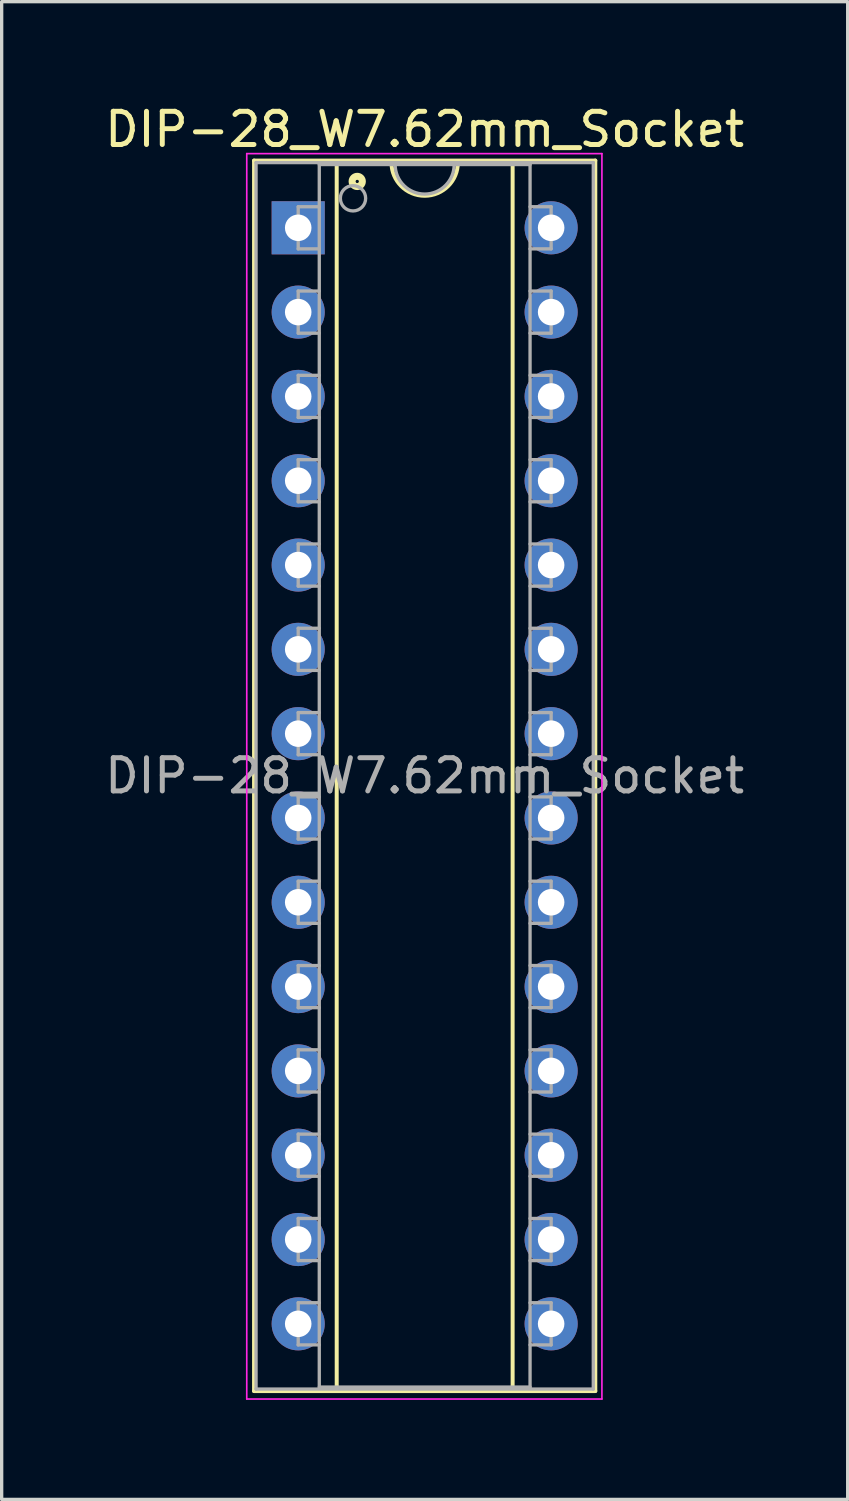
<source format=kicad_pcb>
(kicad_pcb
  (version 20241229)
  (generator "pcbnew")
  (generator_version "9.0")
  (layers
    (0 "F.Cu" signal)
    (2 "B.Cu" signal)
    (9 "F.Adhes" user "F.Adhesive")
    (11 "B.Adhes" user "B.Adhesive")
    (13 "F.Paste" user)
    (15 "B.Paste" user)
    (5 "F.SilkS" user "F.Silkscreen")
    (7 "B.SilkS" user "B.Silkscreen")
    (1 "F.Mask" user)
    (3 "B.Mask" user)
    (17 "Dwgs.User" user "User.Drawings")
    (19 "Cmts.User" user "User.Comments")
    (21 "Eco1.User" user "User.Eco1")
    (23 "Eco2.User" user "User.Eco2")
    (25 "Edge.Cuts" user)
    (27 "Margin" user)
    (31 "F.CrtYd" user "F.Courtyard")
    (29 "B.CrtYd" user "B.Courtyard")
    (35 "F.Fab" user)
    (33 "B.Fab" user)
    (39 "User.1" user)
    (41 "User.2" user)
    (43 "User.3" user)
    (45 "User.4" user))
  (footprint "DIP-28_W7.62mm_Socket"
    (layer "F.Cu")
    (at 5.934 3.813)
    (property "Reference" "DIP-28_W7.62mm_Socket" (at 3.81 -2.965 0) (layer "F.SilkS") (effects (font (size 1 1) (thickness 0.15))))
    (attr through_hole)
    (fp_line (start -1.33 -2.025) (end -1.33 35.045) (stroke (width 0.12) (type solid)) (layer "F.SilkS"))
    (fp_line (start -1.33 35.045) (end 8.95 35.045) (stroke (width 0.12) (type solid)) (layer "F.SilkS"))
    (fp_line (start 1.16 -1.965) (end 1.16 34.985) (stroke (width 0.12) (type solid)) (layer "F.SilkS"))
    (fp_line (start 1.16 34.985) (end 6.46 34.985) (stroke (width 0.12) (type solid)) (layer "F.SilkS"))
    (fp_line (start 2.81 -1.965) (end 1.16 -1.965) (stroke (width 0.12) (type solid)) (layer "F.SilkS"))
    (fp_line (start 6.46 -1.965) (end 4.81 -1.965) (stroke (width 0.12) (type solid)) (layer "F.SilkS"))
    (fp_line (start 6.46 34.985) (end 6.46 -1.965) (stroke (width 0.12) (type solid)) (layer "F.SilkS"))
    (fp_line (start 8.95 -2.025) (end -1.33 -2.025) (stroke (width 0.12) (type solid)) (layer "F.SilkS"))
    (fp_line (start 8.95 35.045) (end 8.95 -2.025) (stroke (width 0.12) (type solid)) (layer "F.SilkS"))
    (fp_arc (start 4.81 -1.965) (mid 3.81 -0.965) (end 2.81 -1.965) (stroke (width 0.12) (type solid)) (layer "F.SilkS"))
    (fp_circle (center 1.778 -1.397) (end 1.828 -1.397) (stroke (width 0.12) (type solid)) (fill no) (layer "F.SilkS"))
    (fp_circle (center 1.778 -1.397) (end 1.903 -1.397) (stroke (width 0.12) (type solid)) (fill no) (layer "F.SilkS"))
    (fp_circle (center 1.778 -1.397) (end 1.978 -1.397) (stroke (width 0.12) (type solid)) (fill no) (layer "F.SilkS"))
    (fp_line (start -1.55 -2.235) (end -1.55 35.285) (stroke (width 0.05) (type solid)) (layer "F.CrtYd"))
    (fp_line (start -1.55 35.285) (end 9.15 35.285) (stroke (width 0.05) (type solid)) (layer "F.CrtYd"))
    (fp_line (start 9.15 -2.235) (end -1.55 -2.235) (stroke (width 0.05) (type solid)) (layer "F.CrtYd"))
    (fp_line (start 9.15 35.285) (end 9.15 -2.235) (stroke (width 0.05) (type solid)) (layer "F.CrtYd"))
    (fp_line (start -1.27 -1.965) (end -1.27 34.985) (stroke (width 0.1) (type solid)) (layer "F.Fab"))
    (fp_line (start -1.27 34.985) (end 8.89 34.985) (stroke (width 0.1) (type solid)) (layer "F.Fab"))
    (fp_line (start 0 -0.635) (end 0 0.635) (stroke (width 0.1) (type solid)) (layer "F.Fab"))
    (fp_line (start 0 -0.635) (end 0.635 -0.635) (stroke (width 0.1) (type solid)) (layer "F.Fab"))
    (fp_line (start 0 0.635) (end 0.635 0.635) (stroke (width 0.1) (type solid)) (layer "F.Fab"))
    (fp_line (start 0 1.905) (end 0 3.175) (stroke (width 0.1) (type solid)) (layer "F.Fab"))
    (fp_line (start 0 1.905) (end 0.635 1.905) (stroke (width 0.1) (type solid)) (layer "F.Fab"))
    (fp_line (start 0 3.175) (end 0.635 3.175) (stroke (width 0.1) (type solid)) (layer "F.Fab"))
    (fp_line (start 0 4.445) (end 0 5.715) (stroke (width 0.1) (type solid)) (layer "F.Fab"))
    (fp_line (start 0 4.445) (end 0.635 4.445) (stroke (width 0.1) (type solid)) (layer "F.Fab"))
    (fp_line (start 0 5.715) (end 0.635 5.715) (stroke (width 0.1) (type solid)) (layer "F.Fab"))
    (fp_line (start 0 6.985) (end 0 8.255) (stroke (width 0.1) (type solid)) (layer "F.Fab"))
    (fp_line (start 0 6.985) (end 0.635 6.985) (stroke (width 0.1) (type solid)) (layer "F.Fab"))
    (fp_line (start 0 8.255) (end 0.635 8.255) (stroke (width 0.1) (type solid)) (layer "F.Fab"))
    (fp_line (start 0 9.525) (end 0 10.795) (stroke (width 0.1) (type solid)) (layer "F.Fab"))
    (fp_line (start 0 9.525) (end 0.635 9.525) (stroke (width 0.1) (type solid)) (layer "F.Fab"))
    (fp_line (start 0 10.795) (end 0.635 10.795) (stroke (width 0.1) (type solid)) (layer "F.Fab"))
    (fp_line (start 0 12.065) (end 0 13.335) (stroke (width 0.1) (type solid)) (layer "F.Fab"))
    (fp_line (start 0 12.065) (end 0.635 12.065) (stroke (width 0.1) (type solid)) (layer "F.Fab"))
    (fp_line (start 0 13.335) (end 0.635 13.335) (stroke (width 0.1) (type solid)) (layer "F.Fab"))
    (fp_line (start 0 14.605) (end 0 15.875) (stroke (width 0.1) (type solid)) (layer "F.Fab"))
    (fp_line (start 0 14.605) (end 0.635 14.605) (stroke (width 0.1) (type solid)) (layer "F.Fab"))
    (fp_line (start 0 15.875) (end 0.635 15.875) (stroke (width 0.1) (type solid)) (layer "F.Fab"))
    (fp_line (start 0 17.145) (end 0 18.415) (stroke (width 0.1) (type solid)) (layer "F.Fab"))
    (fp_line (start 0 17.145) (end 0.635 17.145) (stroke (width 0.1) (type solid)) (layer "F.Fab"))
    (fp_line (start 0 18.415) (end 0.635 18.415) (stroke (width 0.1) (type solid)) (layer "F.Fab"))
    (fp_line (start 0 19.685) (end 0 20.955) (stroke (width 0.1) (type solid)) (layer "F.Fab"))
    (fp_line (start 0 19.685) (end 0.635 19.685) (stroke (width 0.1) (type solid)) (layer "F.Fab"))
    (fp_line (start 0 20.955) (end 0.635 20.955) (stroke (width 0.1) (type solid)) (layer "F.Fab"))
    (fp_line (start 0 22.225) (end 0 23.495) (stroke (width 0.1) (type solid)) (layer "F.Fab"))
    (fp_line (start 0 22.225) (end 0.635 22.225) (stroke (width 0.1) (type solid)) (layer "F.Fab"))
    (fp_line (start 0 23.495) (end 0.635 23.495) (stroke (width 0.1) (type solid)) (layer "F.Fab"))
    (fp_line (start 0 24.765) (end 0 26.035) (stroke (width 0.1) (type solid)) (layer "F.Fab"))
    (fp_line (start 0 24.765) (end 0.635 24.765) (stroke (width 0.1) (type solid)) (layer "F.Fab"))
    (fp_line (start 0 26.035) (end 0.635 26.035) (stroke (width 0.1) (type solid)) (layer "F.Fab"))
    (fp_line (start 0 27.305) (end 0 28.575) (stroke (width 0.1) (type solid)) (layer "F.Fab"))
    (fp_line (start 0 27.305) (end 0.635 27.305) (stroke (width 0.1) (type solid)) (layer "F.Fab"))
    (fp_line (start 0 28.575) (end 0.635 28.575) (stroke (width 0.1) (type solid)) (layer "F.Fab"))
    (fp_line (start 0 29.845) (end 0 31.115) (stroke (width 0.1) (type solid)) (layer "F.Fab"))
    (fp_line (start 0 29.845) (end 0.635 29.845) (stroke (width 0.1) (type solid)) (layer "F.Fab"))
    (fp_line (start 0 31.115) (end 0.635 31.115) (stroke (width 0.1) (type solid)) (layer "F.Fab"))
    (fp_line (start 0 32.385) (end 0 33.655) (stroke (width 0.1) (type solid)) (layer "F.Fab"))
    (fp_line (start 0 32.385) (end 0.635 32.385) (stroke (width 0.1) (type solid)) (layer "F.Fab"))
    (fp_line (start 0 33.655) (end 0.635 33.655) (stroke (width 0.1) (type solid)) (layer "F.Fab"))
    (fp_line (start 0.635 -1.905) (end 6.985 -1.905) (stroke (width 0.1) (type solid)) (layer "F.Fab"))
    (fp_line (start 0.635 34.925) (end 0.635 -1.905) (stroke (width 0.1) (type solid)) (layer "F.Fab"))
    (fp_line (start 6.985 -1.905) (end 6.985 34.925) (stroke (width 0.1) (type solid)) (layer "F.Fab"))
    (fp_line (start 6.985 34.925) (end 0.635 34.925) (stroke (width 0.1) (type solid)) (layer "F.Fab"))
    (fp_line (start 7.62 -0.635) (end 6.985 -0.635) (stroke (width 0.1) (type solid)) (layer "F.Fab"))
    (fp_line (start 7.62 0.635) (end 6.985 0.635) (stroke (width 0.1) (type solid)) (layer "F.Fab"))
    (fp_line (start 7.62 0.635) (end 7.62 -0.635) (stroke (width 0.1) (type solid)) (layer "F.Fab"))
    (fp_line (start 7.62 1.905) (end 6.985 1.905) (stroke (width 0.1) (type solid)) (layer "F.Fab"))
    (fp_line (start 7.62 3.175) (end 6.985 3.175) (stroke (width 0.1) (type solid)) (layer "F.Fab"))
    (fp_line (start 7.62 3.175) (end 7.62 1.905) (stroke (width 0.1) (type solid)) (layer "F.Fab"))
    (fp_line (start 7.62 4.445) (end 6.985 4.445) (stroke (width 0.1) (type solid)) (layer "F.Fab"))
    (fp_line (start 7.62 5.715) (end 6.985 5.715) (stroke (width 0.1) (type solid)) (layer "F.Fab"))
    (fp_line (start 7.62 5.715) (end 7.62 4.445) (stroke (width 0.1) (type solid)) (layer "F.Fab"))
    (fp_line (start 7.62 6.985) (end 6.985 6.985) (stroke (width 0.1) (type solid)) (layer "F.Fab"))
    (fp_line (start 7.62 8.255) (end 6.985 8.255) (stroke (width 0.1) (type solid)) (layer "F.Fab"))
    (fp_line (start 7.62 8.255) (end 7.62 6.985) (stroke (width 0.1) (type solid)) (layer "F.Fab"))
    (fp_line (start 7.62 9.525) (end 6.985 9.525) (stroke (width 0.1) (type solid)) (layer "F.Fab"))
    (fp_line (start 7.62 10.795) (end 6.985 10.795) (stroke (width 0.1) (type solid)) (layer "F.Fab"))
    (fp_line (start 7.62 10.795) (end 7.62 9.525) (stroke (width 0.1) (type solid)) (layer "F.Fab"))
    (fp_line (start 7.62 12.065) (end 6.985 12.065) (stroke (width 0.1) (type solid)) (layer "F.Fab"))
    (fp_line (start 7.62 13.335) (end 6.985 13.335) (stroke (width 0.1) (type solid)) (layer "F.Fab"))
    (fp_line (start 7.62 13.335) (end 7.62 12.065) (stroke (width 0.1) (type solid)) (layer "F.Fab"))
    (fp_line (start 7.62 14.605) (end 6.985 14.605) (stroke (width 0.1) (type solid)) (layer "F.Fab"))
    (fp_line (start 7.62 15.875) (end 6.985 15.875) (stroke (width 0.1) (type solid)) (layer "F.Fab"))
    (fp_line (start 7.62 15.875) (end 7.62 14.605) (stroke (width 0.1) (type solid)) (layer "F.Fab"))
    (fp_line (start 7.62 17.145) (end 6.985 17.145) (stroke (width 0.1) (type solid)) (layer "F.Fab"))
    (fp_line (start 7.62 18.415) (end 6.985 18.415) (stroke (width 0.1) (type solid)) (layer "F.Fab"))
    (fp_line (start 7.62 18.415) (end 7.62 17.145) (stroke (width 0.1) (type solid)) (layer "F.Fab"))
    (fp_line (start 7.62 19.685) (end 6.985 19.685) (stroke (width 0.1) (type solid)) (layer "F.Fab"))
    (fp_line (start 7.62 20.955) (end 6.985 20.955) (stroke (width 0.1) (type solid)) (layer "F.Fab"))
    (fp_line (start 7.62 20.955) (end 7.62 19.685) (stroke (width 0.1) (type solid)) (layer "F.Fab"))
    (fp_line (start 7.62 22.225) (end 6.985 22.225) (stroke (width 0.1) (type solid)) (layer "F.Fab"))
    (fp_line (start 7.62 23.495) (end 6.985 23.495) (stroke (width 0.1) (type solid)) (layer "F.Fab"))
    (fp_line (start 7.62 23.495) (end 7.62 22.225) (stroke (width 0.1) (type solid)) (layer "F.Fab"))
    (fp_line (start 7.62 24.765) (end 6.985 24.765) (stroke (width 0.1) (type solid)) (layer "F.Fab"))
    (fp_line (start 7.62 26.035) (end 6.985 26.035) (stroke (width 0.1) (type solid)) (layer "F.Fab"))
    (fp_line (start 7.62 26.035) (end 7.62 24.765) (stroke (width 0.1) (type solid)) (layer "F.Fab"))
    (fp_line (start 7.62 27.305) (end 6.985 27.305) (stroke (width 0.1) (type solid)) (layer "F.Fab"))
    (fp_line (start 7.62 28.575) (end 6.985 28.575) (stroke (width 0.1) (type solid)) (layer "F.Fab"))
    (fp_line (start 7.62 28.575) (end 7.62 27.305) (stroke (width 0.1) (type solid)) (layer "F.Fab"))
    (fp_line (start 7.62 29.845) (end 6.985 29.845) (stroke (width 0.1) (type solid)) (layer "F.Fab"))
    (fp_line (start 7.62 31.115) (end 6.985 31.115) (stroke (width 0.1) (type solid)) (layer "F.Fab"))
    (fp_line (start 7.62 31.115) (end 7.62 29.845) (stroke (width 0.1) (type solid)) (layer "F.Fab"))
    (fp_line (start 7.62 32.385) (end 6.985 32.385) (stroke (width 0.1) (type solid)) (layer "F.Fab"))
    (fp_line (start 7.62 33.655) (end 6.985 33.655) (stroke (width 0.1) (type solid)) (layer "F.Fab"))
    (fp_line (start 7.62 33.655) (end 7.62 32.385) (stroke (width 0.1) (type solid)) (layer "F.Fab"))
    (fp_line (start 8.89 -1.965) (end -1.27 -1.965) (stroke (width 0.1) (type solid)) (layer "F.Fab"))
    (fp_line (start 8.89 34.985) (end 8.89 -1.965) (stroke (width 0.1) (type solid)) (layer "F.Fab"))
    (fp_arc (start 4.699 -1.905) (mid 3.81 -1.016) (end 2.921 -1.905) (stroke (width 0.1) (type solid)) (layer "F.Fab"))
    (fp_circle (center 1.651 -0.889) (end 2.032 -0.889) (stroke (width 0.1) (type solid)) (fill no) (layer "F.Fab"))
    (fp_text user "${REFERENCE}" (at 3.81 16.51 0) (layer "F.Fab") (effects (font (size 1 1) (thickness 0.15))))
    (pad "1" thru_hole rect (at 0 0) (size 1.6 1.6) (drill 0.8) (layers "*.Cu" "*.Mask"))
    (pad "2" thru_hole oval (at 0 2.54) (size 1.6 1.6) (drill 0.8) (layers "*.Cu" "*.Mask"))
    (pad "3" thru_hole oval (at 0 5.08) (size 1.6 1.6) (drill 0.8) (layers "*.Cu" "*.Mask"))
    (pad "4" thru_hole oval (at 0 7.62) (size 1.6 1.6) (drill 0.8) (layers "*.Cu" "*.Mask"))
    (pad "5" thru_hole oval (at 0 10.16) (size 1.6 1.6) (drill 0.8) (layers "*.Cu" "*.Mask"))
    (pad "6" thru_hole oval (at 0 12.7) (size 1.6 1.6) (drill 0.8) (layers "*.Cu" "*.Mask"))
    (pad "7" thru_hole oval (at 0 15.24) (size 1.6 1.6) (drill 0.8) (layers "*.Cu" "*.Mask"))
    (pad "8" thru_hole oval (at 0 17.78) (size 1.6 1.6) (drill 0.8) (layers "*.Cu" "*.Mask"))
    (pad "9" thru_hole oval (at 0 20.32) (size 1.6 1.6) (drill 0.8) (layers "*.Cu" "*.Mask"))
    (pad "10" thru_hole oval (at 0 22.86) (size 1.6 1.6) (drill 0.8) (layers "*.Cu" "*.Mask"))
    (pad "11" thru_hole oval (at 0 25.4) (size 1.6 1.6) (drill 0.8) (layers "*.Cu" "*.Mask"))
    (pad "12" thru_hole oval (at 0 27.94) (size 1.6 1.6) (drill 0.8) (layers "*.Cu" "*.Mask"))
    (pad "13" thru_hole oval (at 0 30.48) (size 1.6 1.6) (drill 0.8) (layers "*.Cu" "*.Mask"))
    (pad "14" thru_hole oval (at 0 33.02) (size 1.6 1.6) (drill 0.8) (layers "*.Cu" "*.Mask"))
    (pad "15" thru_hole oval (at 7.62 33.02) (size 1.6 1.6) (drill 0.8) (layers "*.Cu" "*.Mask"))
    (pad "16" thru_hole oval (at 7.62 30.48) (size 1.6 1.6) (drill 0.8) (layers "*.Cu" "*.Mask"))
    (pad "17" thru_hole oval (at 7.62 27.94) (size 1.6 1.6) (drill 0.8) (layers "*.Cu" "*.Mask"))
    (pad "18" thru_hole oval (at 7.62 25.4) (size 1.6 1.6) (drill 0.8) (layers "*.Cu" "*.Mask"))
    (pad "19" thru_hole oval (at 7.62 22.86) (size 1.6 1.6) (drill 0.8) (layers "*.Cu" "*.Mask"))
    (pad "20" thru_hole oval (at 7.62 20.32) (size 1.6 1.6) (drill 0.8) (layers "*.Cu" "*.Mask"))
    (pad "21" thru_hole oval (at 7.62 17.78) (size 1.6 1.6) (drill 0.8) (layers "*.Cu" "*.Mask"))
    (pad "22" thru_hole oval (at 7.62 15.24) (size 1.6 1.6) (drill 0.8) (layers "*.Cu" "*.Mask"))
    (pad "23" thru_hole oval (at 7.62 12.7) (size 1.6 1.6) (drill 0.8) (layers "*.Cu" "*.Mask"))
    (pad "24" thru_hole oval (at 7.62 10.16) (size 1.6 1.6) (drill 0.8) (layers "*.Cu" "*.Mask"))
    (pad "25" thru_hole oval (at 7.62 7.62) (size 1.6 1.6) (drill 0.8) (layers "*.Cu" "*.Mask"))
    (pad "26" thru_hole oval (at 7.62 5.08) (size 1.6 1.6) (drill 0.8) (layers "*.Cu" "*.Mask"))
    (pad "27" thru_hole oval (at 7.62 2.54) (size 1.6 1.6) (drill 0.8) (layers "*.Cu" "*.Mask"))
    (pad "28" thru_hole oval (at 7.62 0) (size 1.6 1.6) (drill 0.8) (layers "*.Cu" "*.Mask")))
  (gr_rect
    (start -3 -3)
    (end 22.488 42.123)
    (stroke (width 0.1) (type default))
    (fill no)
    (layer "Edge.Cuts")))
</source>
